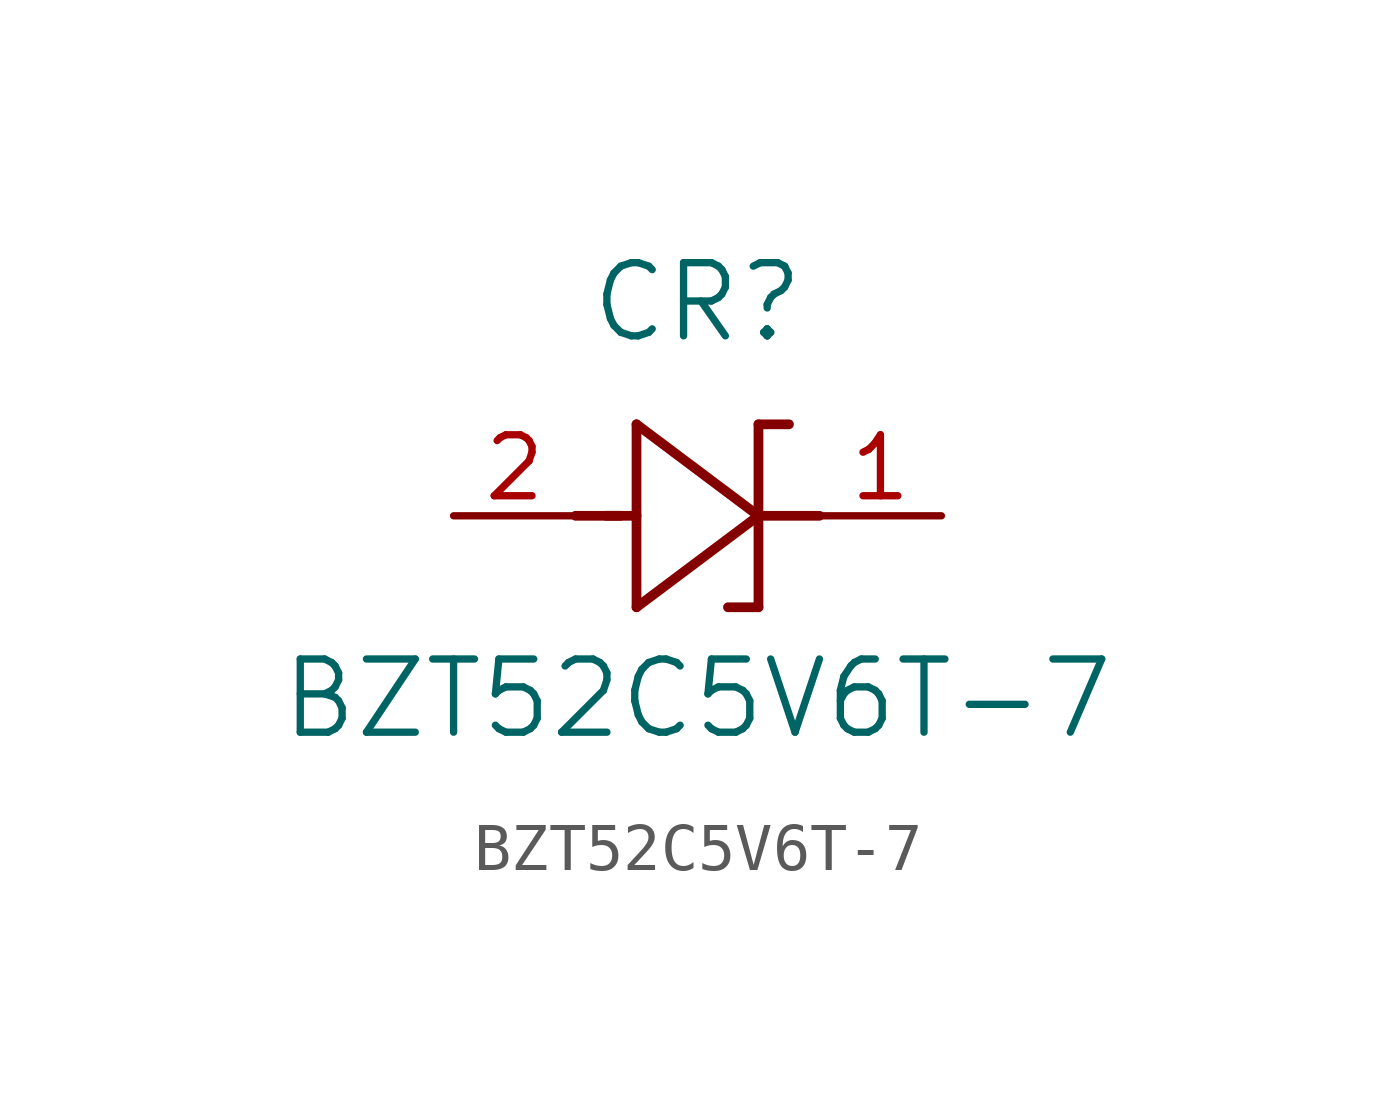
<source format=kicad_sym>
(kicad_symbol_lib
  (version 20211014)
  (generator kicad_symbol_editor)
  (symbol "BZT52C5V6T-7"
    (pin_names
      (offset 0.254))
    (property "Reference" "CR"
      (at 5.08 4.445 0)
      (effects (font (size 1.524 1.524))))
    (property "Value" "BZT52C5V6T-7"
      (at 5.08 -3.81 0)
      (effects (font (size 1.524 1.524))))
    (symbol "BZT52C5V6T-7_0_1"
      (polyline (pts (xy 2.54 0) (xy 3.48 0)) (stroke (width 0.203) (type default) (color 0 0 0 0)) (fill (type none)))
      (polyline (pts (xy 3.175 0) (xy 3.81 0)) (stroke (width 0.203) (type default) (color 0 0 0 0)) (fill (type none)))
      (polyline (pts (xy 3.81 -1.905) (xy 6.35 0)) (stroke (width 0.203) (type default) (color 0 0 0 0)) (fill (type none)))
      (polyline (pts (xy 6.35 -1.905) (xy 5.715 -1.905)) (stroke (width 0.203) (type default) (color 0 0 0 0)) (fill (type none)))
      (polyline (pts (xy 6.35 1.905) (xy 6.985 1.905)) (stroke (width 0.203) (type default) (color 0 0 0 0)) (fill (type none)))
      (polyline (pts (xy 3.81 1.905) (xy 3.81 -1.905)) (stroke (width 0.203) (type default) (color 0 0 0 0)) (fill (type none)))
      (polyline (pts (xy 6.35 -1.905) (xy 6.35 1.905)) (stroke (width 0.203) (type default) (color 0 0 0 0)) (fill (type none)))
      (polyline (pts (xy 6.35 0) (xy 3.81 1.905)) (stroke (width 0.203) (type default) (color 0 0 0 0)) (fill (type none)))
      (polyline (pts (xy 6.35 0) (xy 7.62 0)) (stroke (width 0.203) (type default) (color 0 0 0 0)) (fill (type none)))
      (pin unspecified line (at 10.16 0 180) (length 2.54) (name "" (effects (font (size 1.27 1.27)))) (number "1" (effects (font (size 1.27 1.27)))))
      (pin unspecified line (at 0 0 0) (length 2.54) (name "" (effects (font (size 1.27 1.27)))) (number "2" (effects (font (size 1.27 1.27))))))))
</source>
